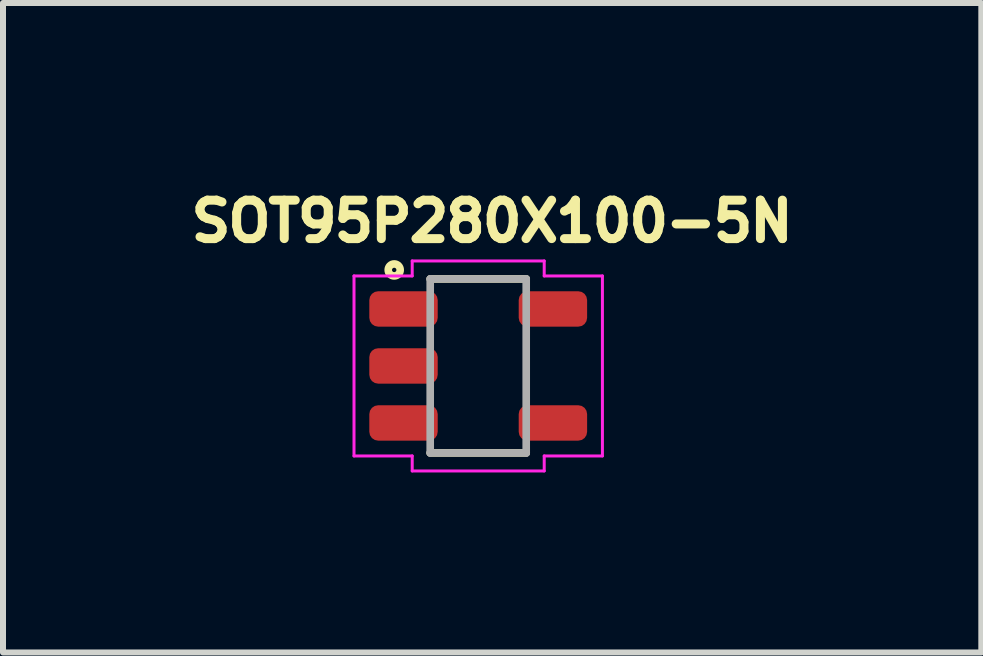
<source format=kicad_pcb>
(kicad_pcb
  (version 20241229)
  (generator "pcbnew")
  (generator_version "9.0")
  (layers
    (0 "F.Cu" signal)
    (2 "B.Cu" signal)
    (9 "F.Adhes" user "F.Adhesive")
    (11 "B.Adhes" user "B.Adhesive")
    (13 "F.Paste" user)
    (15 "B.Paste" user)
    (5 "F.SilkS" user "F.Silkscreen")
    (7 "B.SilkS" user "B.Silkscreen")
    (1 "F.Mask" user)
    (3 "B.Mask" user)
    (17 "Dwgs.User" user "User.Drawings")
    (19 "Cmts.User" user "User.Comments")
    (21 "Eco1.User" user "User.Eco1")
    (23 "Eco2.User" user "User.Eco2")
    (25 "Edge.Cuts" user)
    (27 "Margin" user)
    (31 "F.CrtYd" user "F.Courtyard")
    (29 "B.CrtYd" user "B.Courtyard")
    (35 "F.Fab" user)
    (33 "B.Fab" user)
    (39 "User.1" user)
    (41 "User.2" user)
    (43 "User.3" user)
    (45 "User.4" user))
  (footprint "SOT95P280X100-5N"
    (layer "F.Cu")
    (at 4.92 3.049)
    (property "Reference" "SOT95P280X100-5N" (at 0.232 -2.411 0) (layer "F.SilkS") (effects (font (size 0.641 0.641) (thickness 0.15))))
    (attr smd)
    (fp_line (start -0.8 -1.45) (end 0.8 -1.45) (stroke (width 0.127) (type solid)) (layer "F.SilkS"))
    (fp_line (start 0.8 1.45) (end -0.8 1.45) (stroke (width 0.127) (type solid)) (layer "F.SilkS"))
    (fp_circle (center -1.4 -1.6) (end -1.3 -1.6) (stroke (width 0.127) (type solid)) (fill no) (layer "F.SilkS"))
    (fp_line (start -2.07 -1.5) (end -1.1 -1.5) (stroke (width 0.05) (type solid)) (layer "F.CrtYd"))
    (fp_line (start -2.07 1.5) (end -2.07 -1.5) (stroke (width 0.05) (type solid)) (layer "F.CrtYd"))
    (fp_line (start -1.1 -1.75) (end 1.1 -1.75) (stroke (width 0.05) (type solid)) (layer "F.CrtYd"))
    (fp_line (start -1.1 -1.5) (end -1.1 -1.75) (stroke (width 0.05) (type solid)) (layer "F.CrtYd"))
    (fp_line (start -1.1 1.5) (end -2.07 1.5) (stroke (width 0.05) (type solid)) (layer "F.CrtYd"))
    (fp_line (start -1.1 1.75) (end -1.1 1.5) (stroke (width 0.05) (type solid)) (layer "F.CrtYd"))
    (fp_line (start 1.1 -1.75) (end 1.1 -1.5) (stroke (width 0.05) (type solid)) (layer "F.CrtYd"))
    (fp_line (start 1.1 -1.5) (end 2.07 -1.5) (stroke (width 0.05) (type solid)) (layer "F.CrtYd"))
    (fp_line (start 1.1 1.5) (end 1.1 1.75) (stroke (width 0.05) (type solid)) (layer "F.CrtYd"))
    (fp_line (start 1.1 1.75) (end -1.1 1.75) (stroke (width 0.05) (type solid)) (layer "F.CrtYd"))
    (fp_line (start 2.07 -1.5) (end 2.07 1.5) (stroke (width 0.05) (type solid)) (layer "F.CrtYd"))
    (fp_line (start 2.07 1.5) (end 1.1 1.5) (stroke (width 0.05) (type solid)) (layer "F.CrtYd"))
    (fp_line (start -0.8 -1.45) (end 0.8 -1.45) (stroke (width 0.127) (type solid)) (layer "F.Fab"))
    (fp_line (start -0.8 1.45) (end -0.8 -1.45) (stroke (width 0.127) (type solid)) (layer "F.Fab"))
    (fp_line (start 0.8 -1.45) (end 0.8 1.45) (stroke (width 0.127) (type solid)) (layer "F.Fab"))
    (fp_line (start 0.8 1.45) (end -0.8 1.45) (stroke (width 0.127) (type solid)) (layer "F.Fab"))
    (pad "1" smd roundrect (at -1.245 -0.95) (size 1.14 0.59) (layers "F.Cu" "F.Mask" "F.Paste") (roundrect_rratio 0.25))
    (pad "2" smd roundrect (at -1.245 0) (size 1.14 0.59) (layers "F.Cu" "F.Mask" "F.Paste") (roundrect_rratio 0.25))
    (pad "3" smd roundrect (at -1.245 0.95) (size 1.14 0.59) (layers "F.Cu" "F.Mask" "F.Paste") (roundrect_rratio 0.25))
    (pad "4" smd roundrect (at 1.245 0.95) (size 1.14 0.59) (layers "F.Cu" "F.Mask" "F.Paste") (roundrect_rratio 0.25))
    (pad "5" smd roundrect (at 1.245 -0.95) (size 1.14 0.59) (layers "F.Cu" "F.Mask" "F.Paste") (roundrect_rratio 0.25)))
  (gr_rect
    (start -3 -3)
    (end 13.305 7.824)
    (stroke (width 0.1) (type default))
    (fill no)
    (layer "Edge.Cuts")))
</source>
